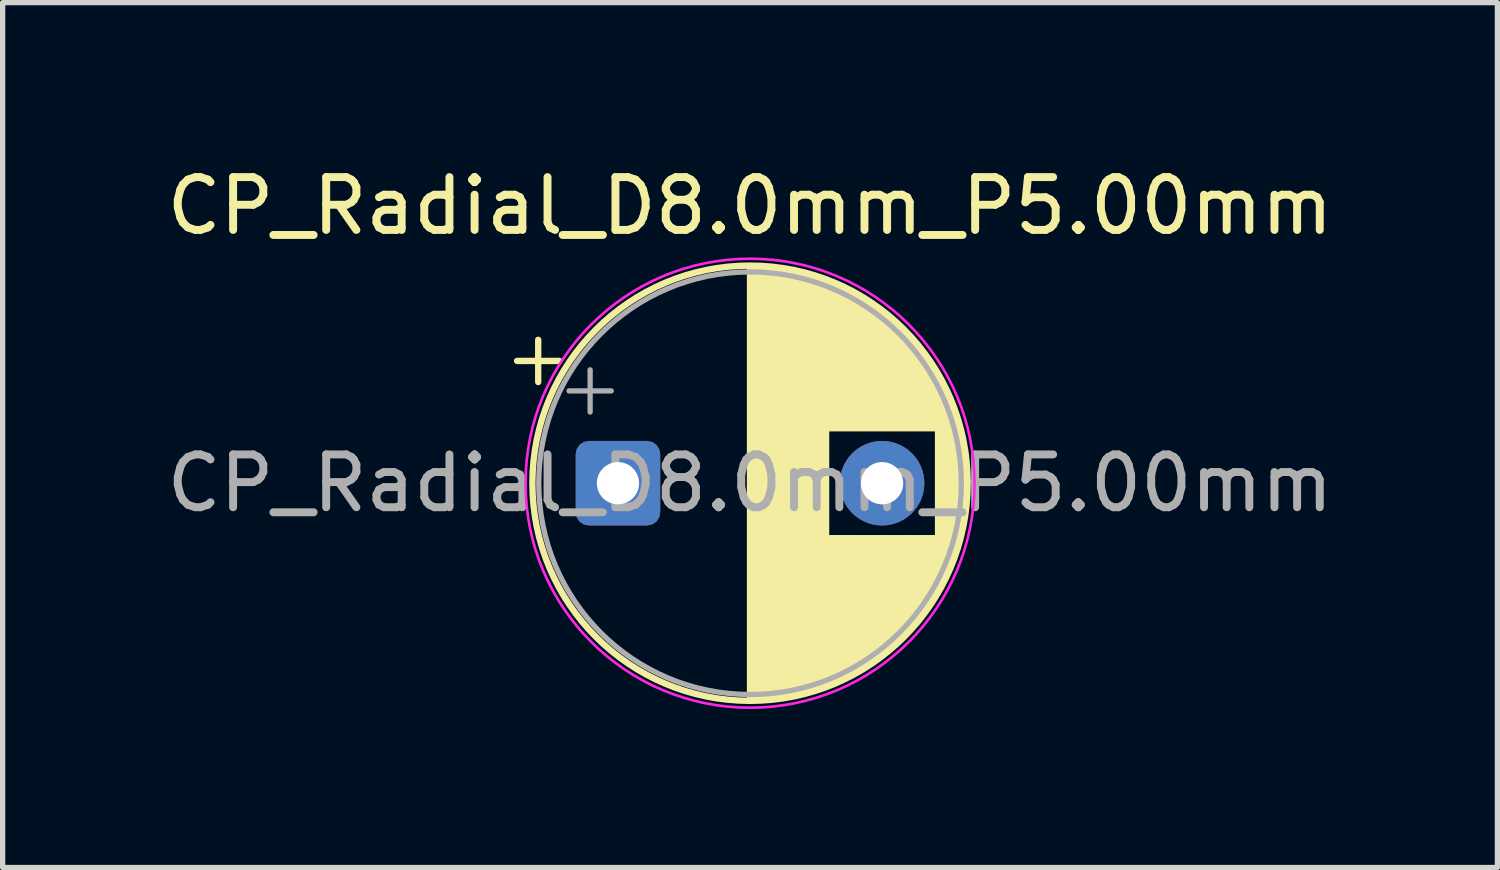
<source format=kicad_pcb>
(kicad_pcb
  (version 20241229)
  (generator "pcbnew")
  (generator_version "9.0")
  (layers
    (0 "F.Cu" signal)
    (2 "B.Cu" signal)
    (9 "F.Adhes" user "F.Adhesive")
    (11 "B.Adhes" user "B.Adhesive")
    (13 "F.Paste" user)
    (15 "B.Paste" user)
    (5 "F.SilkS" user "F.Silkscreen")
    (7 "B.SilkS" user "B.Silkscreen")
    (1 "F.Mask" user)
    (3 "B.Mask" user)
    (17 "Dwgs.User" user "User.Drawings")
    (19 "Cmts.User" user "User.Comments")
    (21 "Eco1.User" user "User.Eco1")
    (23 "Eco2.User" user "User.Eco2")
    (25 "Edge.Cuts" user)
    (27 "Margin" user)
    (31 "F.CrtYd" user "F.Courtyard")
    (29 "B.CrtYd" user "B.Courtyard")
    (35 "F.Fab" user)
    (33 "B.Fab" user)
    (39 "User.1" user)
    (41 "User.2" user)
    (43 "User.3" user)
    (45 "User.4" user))
  (footprint "CP_Radial_D8.0mm_P5.00mm"
    (layer "F.Cu")
    (at 8.649 6.098)
    (property "Reference" "CP_Radial_D8.0mm_P5.00mm" (at 2.5 -5.25 0) (layer "F.SilkS") (effects (font (size 1 1) (thickness 0.15))))
    (attr through_hole)
    (fp_line (start -1.91 -2.315) (end -1.11 -2.315) (stroke (width 0.12) (type solid)) (layer "F.SilkS"))
    (fp_line (start -1.51 -2.715) (end -1.51 -1.915) (stroke (width 0.12) (type solid)) (layer "F.SilkS"))
    (fp_line (start 2.5 -4.08) (end 2.5 4.08) (stroke (width 0.12) (type solid)) (layer "F.SilkS"))
    (fp_line (start 2.54 -4.08) (end 2.54 4.08) (stroke (width 0.12) (type solid)) (layer "F.SilkS"))
    (fp_line (start 2.58 -4.079) (end 2.58 4.079) (stroke (width 0.12) (type solid)) (layer "F.SilkS"))
    (fp_line (start 2.62 -4.078) (end 2.62 4.078) (stroke (width 0.12) (type solid)) (layer "F.SilkS"))
    (fp_line (start 2.66 -4.077) (end 2.66 4.077) (stroke (width 0.12) (type solid)) (layer "F.SilkS"))
    (fp_line (start 2.7 -4.075) (end 2.7 4.075) (stroke (width 0.12) (type solid)) (layer "F.SilkS"))
    (fp_line (start 2.74 -4.073) (end 2.74 4.073) (stroke (width 0.12) (type solid)) (layer "F.SilkS"))
    (fp_line (start 2.78 -4.07) (end 2.78 4.07) (stroke (width 0.12) (type solid)) (layer "F.SilkS"))
    (fp_line (start 2.82 -4.068) (end 2.82 4.068) (stroke (width 0.12) (type solid)) (layer "F.SilkS"))
    (fp_line (start 2.86 -4.064) (end 2.86 4.064) (stroke (width 0.12) (type solid)) (layer "F.SilkS"))
    (fp_line (start 2.9 -4.061) (end 2.9 4.061) (stroke (width 0.12) (type solid)) (layer "F.SilkS"))
    (fp_line (start 2.94 -4.056) (end 2.94 4.056) (stroke (width 0.12) (type solid)) (layer "F.SilkS"))
    (fp_line (start 2.98 -4.052) (end 2.98 4.052) (stroke (width 0.12) (type solid)) (layer "F.SilkS"))
    (fp_line (start 3.02 -4.047) (end 3.02 4.047) (stroke (width 0.12) (type solid)) (layer "F.SilkS"))
    (fp_line (start 3.06 -4.042) (end 3.06 4.042) (stroke (width 0.12) (type solid)) (layer "F.SilkS"))
    (fp_line (start 3.1 -4.036) (end 3.1 4.036) (stroke (width 0.12) (type solid)) (layer "F.SilkS"))
    (fp_line (start 3.14 -4.03) (end 3.14 4.03) (stroke (width 0.12) (type solid)) (layer "F.SilkS"))
    (fp_line (start 3.18 -4.023) (end 3.18 4.023) (stroke (width 0.12) (type solid)) (layer "F.SilkS"))
    (fp_line (start 3.22 -4.017) (end 3.22 4.017) (stroke (width 0.12) (type solid)) (layer "F.SilkS"))
    (fp_line (start 3.26 -4.009) (end 3.26 4.009) (stroke (width 0.12) (type solid)) (layer "F.SilkS"))
    (fp_line (start 3.3 -4.002) (end 3.3 4.002) (stroke (width 0.12) (type solid)) (layer "F.SilkS"))
    (fp_line (start 3.34 -3.993) (end 3.34 3.993) (stroke (width 0.12) (type solid)) (layer "F.SilkS"))
    (fp_line (start 3.38 -3.985) (end 3.38 3.985) (stroke (width 0.12) (type solid)) (layer "F.SilkS"))
    (fp_line (start 3.42 -3.976) (end 3.42 3.976) (stroke (width 0.12) (type solid)) (layer "F.SilkS"))
    (fp_line (start 3.46 -3.967) (end 3.46 3.967) (stroke (width 0.12) (type solid)) (layer "F.SilkS"))
    (fp_line (start 3.5 -3.957) (end 3.5 3.957) (stroke (width 0.12) (type solid)) (layer "F.SilkS"))
    (fp_line (start 3.54 -3.947) (end 3.54 3.947) (stroke (width 0.12) (type solid)) (layer "F.SilkS"))
    (fp_line (start 3.58 -3.936) (end 3.58 3.936) (stroke (width 0.12) (type solid)) (layer "F.SilkS"))
    (fp_line (start 3.62 -3.925) (end 3.62 3.925) (stroke (width 0.12) (type solid)) (layer "F.SilkS"))
    (fp_line (start 3.66 -3.913) (end 3.66 3.913) (stroke (width 0.12) (type solid)) (layer "F.SilkS"))
    (fp_line (start 3.7 -3.901) (end 3.7 3.901) (stroke (width 0.12) (type solid)) (layer "F.SilkS"))
    (fp_line (start 3.74 -3.889) (end 3.74 3.889) (stroke (width 0.12) (type solid)) (layer "F.SilkS"))
    (fp_line (start 3.78 -3.876) (end 3.78 3.876) (stroke (width 0.12) (type solid)) (layer "F.SilkS"))
    (fp_line (start 3.82 -3.863) (end 3.82 3.863) (stroke (width 0.12) (type solid)) (layer "F.SilkS"))
    (fp_line (start 3.86 -3.849) (end 3.86 3.849) (stroke (width 0.12) (type solid)) (layer "F.SilkS"))
    (fp_line (start 3.9 -3.835) (end 3.9 3.835) (stroke (width 0.12) (type solid)) (layer "F.SilkS"))
    (fp_line (start 3.94 -3.82) (end 3.94 3.82) (stroke (width 0.12) (type solid)) (layer "F.SilkS"))
    (fp_line (start 3.98 -3.805) (end 3.98 -1.04) (stroke (width 0.12) (type solid)) (layer "F.SilkS"))
    (fp_line (start 3.98 1.04) (end 3.98 3.805) (stroke (width 0.12) (type solid)) (layer "F.SilkS"))
    (fp_line (start 4.02 -3.789) (end 4.02 -1.04) (stroke (width 0.12) (type solid)) (layer "F.SilkS"))
    (fp_line (start 4.02 1.04) (end 4.02 3.789) (stroke (width 0.12) (type solid)) (layer "F.SilkS"))
    (fp_line (start 4.06 -3.773) (end 4.06 -1.04) (stroke (width 0.12) (type solid)) (layer "F.SilkS"))
    (fp_line (start 4.06 1.04) (end 4.06 3.773) (stroke (width 0.12) (type solid)) (layer "F.SilkS"))
    (fp_line (start 4.1 -3.757) (end 4.1 -1.04) (stroke (width 0.12) (type solid)) (layer "F.SilkS"))
    (fp_line (start 4.1 1.04) (end 4.1 3.757) (stroke (width 0.12) (type solid)) (layer "F.SilkS"))
    (fp_line (start 4.14 -3.74) (end 4.14 -1.04) (stroke (width 0.12) (type solid)) (layer "F.SilkS"))
    (fp_line (start 4.14 1.04) (end 4.14 3.74) (stroke (width 0.12) (type solid)) (layer "F.SilkS"))
    (fp_line (start 4.18 -3.722) (end 4.18 -1.04) (stroke (width 0.12) (type solid)) (layer "F.SilkS"))
    (fp_line (start 4.18 1.04) (end 4.18 3.722) (stroke (width 0.12) (type solid)) (layer "F.SilkS"))
    (fp_line (start 4.22 -3.704) (end 4.22 -1.04) (stroke (width 0.12) (type solid)) (layer "F.SilkS"))
    (fp_line (start 4.22 1.04) (end 4.22 3.704) (stroke (width 0.12) (type solid)) (layer "F.SilkS"))
    (fp_line (start 4.26 -3.685) (end 4.26 -1.04) (stroke (width 0.12) (type solid)) (layer "F.SilkS"))
    (fp_line (start 4.26 1.04) (end 4.26 3.685) (stroke (width 0.12) (type solid)) (layer "F.SilkS"))
    (fp_line (start 4.3 -3.666) (end 4.3 -1.04) (stroke (width 0.12) (type solid)) (layer "F.SilkS"))
    (fp_line (start 4.3 1.04) (end 4.3 3.666) (stroke (width 0.12) (type solid)) (layer "F.SilkS"))
    (fp_line (start 4.34 -3.646) (end 4.34 -1.04) (stroke (width 0.12) (type solid)) (layer "F.SilkS"))
    (fp_line (start 4.34 1.04) (end 4.34 3.646) (stroke (width 0.12) (type solid)) (layer "F.SilkS"))
    (fp_line (start 4.38 -3.626) (end 4.38 -1.04) (stroke (width 0.12) (type solid)) (layer "F.SilkS"))
    (fp_line (start 4.38 1.04) (end 4.38 3.626) (stroke (width 0.12) (type solid)) (layer "F.SilkS"))
    (fp_line (start 4.42 -3.605) (end 4.42 -1.04) (stroke (width 0.12) (type solid)) (layer "F.SilkS"))
    (fp_line (start 4.42 1.04) (end 4.42 3.605) (stroke (width 0.12) (type solid)) (layer "F.SilkS"))
    (fp_line (start 4.46 -3.584) (end 4.46 -1.04) (stroke (width 0.12) (type solid)) (layer "F.SilkS"))
    (fp_line (start 4.46 1.04) (end 4.46 3.584) (stroke (width 0.12) (type solid)) (layer "F.SilkS"))
    (fp_line (start 4.5 -3.562) (end 4.5 -1.04) (stroke (width 0.12) (type solid)) (layer "F.SilkS"))
    (fp_line (start 4.5 1.04) (end 4.5 3.562) (stroke (width 0.12) (type solid)) (layer "F.SilkS"))
    (fp_line (start 4.54 -3.539) (end 4.54 -1.04) (stroke (width 0.12) (type solid)) (layer "F.SilkS"))
    (fp_line (start 4.54 1.04) (end 4.54 3.539) (stroke (width 0.12) (type solid)) (layer "F.SilkS"))
    (fp_line (start 4.58 -3.516) (end 4.58 -1.04) (stroke (width 0.12) (type solid)) (layer "F.SilkS"))
    (fp_line (start 4.58 1.04) (end 4.58 3.516) (stroke (width 0.12) (type solid)) (layer "F.SilkS"))
    (fp_line (start 4.62 -3.493) (end 4.62 -1.04) (stroke (width 0.12) (type solid)) (layer "F.SilkS"))
    (fp_line (start 4.62 1.04) (end 4.62 3.493) (stroke (width 0.12) (type solid)) (layer "F.SilkS"))
    (fp_line (start 4.66 -3.468) (end 4.66 -1.04) (stroke (width 0.12) (type solid)) (layer "F.SilkS"))
    (fp_line (start 4.66 1.04) (end 4.66 3.468) (stroke (width 0.12) (type solid)) (layer "F.SilkS"))
    (fp_line (start 4.7 -3.443) (end 4.7 -1.04) (stroke (width 0.12) (type solid)) (layer "F.SilkS"))
    (fp_line (start 4.7 1.04) (end 4.7 3.443) (stroke (width 0.12) (type solid)) (layer "F.SilkS"))
    (fp_line (start 4.74 -3.418) (end 4.74 -1.04) (stroke (width 0.12) (type solid)) (layer "F.SilkS"))
    (fp_line (start 4.74 1.04) (end 4.74 3.418) (stroke (width 0.12) (type solid)) (layer "F.SilkS"))
    (fp_line (start 4.78 -3.392) (end 4.78 -1.04) (stroke (width 0.12) (type solid)) (layer "F.SilkS"))
    (fp_line (start 4.78 1.04) (end 4.78 3.392) (stroke (width 0.12) (type solid)) (layer "F.SilkS"))
    (fp_line (start 4.82 -3.365) (end 4.82 -1.04) (stroke (width 0.12) (type solid)) (layer "F.SilkS"))
    (fp_line (start 4.82 1.04) (end 4.82 3.365) (stroke (width 0.12) (type solid)) (layer "F.SilkS"))
    (fp_line (start 4.86 -3.337) (end 4.86 -1.04) (stroke (width 0.12) (type solid)) (layer "F.SilkS"))
    (fp_line (start 4.86 1.04) (end 4.86 3.337) (stroke (width 0.12) (type solid)) (layer "F.SilkS"))
    (fp_line (start 4.9 -3.309) (end 4.9 -1.04) (stroke (width 0.12) (type solid)) (layer "F.SilkS"))
    (fp_line (start 4.9 1.04) (end 4.9 3.309) (stroke (width 0.12) (type solid)) (layer "F.SilkS"))
    (fp_line (start 4.94 -3.28) (end 4.94 -1.04) (stroke (width 0.12) (type solid)) (layer "F.SilkS"))
    (fp_line (start 4.94 1.04) (end 4.94 3.28) (stroke (width 0.12) (type solid)) (layer "F.SilkS"))
    (fp_line (start 4.98 -3.25) (end 4.98 -1.04) (stroke (width 0.12) (type solid)) (layer "F.SilkS"))
    (fp_line (start 4.98 1.04) (end 4.98 3.25) (stroke (width 0.12) (type solid)) (layer "F.SilkS"))
    (fp_line (start 5.02 -3.219) (end 5.02 -1.04) (stroke (width 0.12) (type solid)) (layer "F.SilkS"))
    (fp_line (start 5.02 1.04) (end 5.02 3.219) (stroke (width 0.12) (type solid)) (layer "F.SilkS"))
    (fp_line (start 5.06 -3.188) (end 5.06 -1.04) (stroke (width 0.12) (type solid)) (layer "F.SilkS"))
    (fp_line (start 5.06 1.04) (end 5.06 3.188) (stroke (width 0.12) (type solid)) (layer "F.SilkS"))
    (fp_line (start 5.1 -3.156) (end 5.1 -1.04) (stroke (width 0.12) (type solid)) (layer "F.SilkS"))
    (fp_line (start 5.1 1.04) (end 5.1 3.156) (stroke (width 0.12) (type solid)) (layer "F.SilkS"))
    (fp_line (start 5.14 -3.123) (end 5.14 -1.04) (stroke (width 0.12) (type solid)) (layer "F.SilkS"))
    (fp_line (start 5.14 1.04) (end 5.14 3.123) (stroke (width 0.12) (type solid)) (layer "F.SilkS"))
    (fp_line (start 5.18 -3.089) (end 5.18 -1.04) (stroke (width 0.12) (type solid)) (layer "F.SilkS"))
    (fp_line (start 5.18 1.04) (end 5.18 3.089) (stroke (width 0.12) (type solid)) (layer "F.SilkS"))
    (fp_line (start 5.22 -3.055) (end 5.22 -1.04) (stroke (width 0.12) (type solid)) (layer "F.SilkS"))
    (fp_line (start 5.22 1.04) (end 5.22 3.055) (stroke (width 0.12) (type solid)) (layer "F.SilkS"))
    (fp_line (start 5.26 -3.019) (end 5.26 -1.04) (stroke (width 0.12) (type solid)) (layer "F.SilkS"))
    (fp_line (start 5.26 1.04) (end 5.26 3.019) (stroke (width 0.12) (type solid)) (layer "F.SilkS"))
    (fp_line (start 5.3 -2.982) (end 5.3 -1.04) (stroke (width 0.12) (type solid)) (layer "F.SilkS"))
    (fp_line (start 5.3 1.04) (end 5.3 2.982) (stroke (width 0.12) (type solid)) (layer "F.SilkS"))
    (fp_line (start 5.34 -2.945) (end 5.34 -1.04) (stroke (width 0.12) (type solid)) (layer "F.SilkS"))
    (fp_line (start 5.34 1.04) (end 5.34 2.945) (stroke (width 0.12) (type solid)) (layer "F.SilkS"))
    (fp_line (start 5.38 -2.906) (end 5.38 -1.04) (stroke (width 0.12) (type solid)) (layer "F.SilkS"))
    (fp_line (start 5.38 1.04) (end 5.38 2.906) (stroke (width 0.12) (type solid)) (layer "F.SilkS"))
    (fp_line (start 5.42 -2.867) (end 5.42 -1.04) (stroke (width 0.12) (type solid)) (layer "F.SilkS"))
    (fp_line (start 5.42 1.04) (end 5.42 2.867) (stroke (width 0.12) (type solid)) (layer "F.SilkS"))
    (fp_line (start 5.46 -2.826) (end 5.46 -1.04) (stroke (width 0.12) (type solid)) (layer "F.SilkS"))
    (fp_line (start 5.46 1.04) (end 5.46 2.826) (stroke (width 0.12) (type solid)) (layer "F.SilkS"))
    (fp_line (start 5.5 -2.784) (end 5.5 -1.04) (stroke (width 0.12) (type solid)) (layer "F.SilkS"))
    (fp_line (start 5.5 1.04) (end 5.5 2.784) (stroke (width 0.12) (type solid)) (layer "F.SilkS"))
    (fp_line (start 5.54 -2.741) (end 5.54 -1.04) (stroke (width 0.12) (type solid)) (layer "F.SilkS"))
    (fp_line (start 5.54 1.04) (end 5.54 2.741) (stroke (width 0.12) (type solid)) (layer "F.SilkS"))
    (fp_line (start 5.58 -2.696) (end 5.58 -1.04) (stroke (width 0.12) (type solid)) (layer "F.SilkS"))
    (fp_line (start 5.58 1.04) (end 5.58 2.696) (stroke (width 0.12) (type solid)) (layer "F.SilkS"))
    (fp_line (start 5.62 -2.651) (end 5.62 -1.04) (stroke (width 0.12) (type solid)) (layer "F.SilkS"))
    (fp_line (start 5.62 1.04) (end 5.62 2.651) (stroke (width 0.12) (type solid)) (layer "F.SilkS"))
    (fp_line (start 5.66 -2.604) (end 5.66 -1.04) (stroke (width 0.12) (type solid)) (layer "F.SilkS"))
    (fp_line (start 5.66 1.04) (end 5.66 2.604) (stroke (width 0.12) (type solid)) (layer "F.SilkS"))
    (fp_line (start 5.7 -2.555) (end 5.7 -1.04) (stroke (width 0.12) (type solid)) (layer "F.SilkS"))
    (fp_line (start 5.7 1.04) (end 5.7 2.555) (stroke (width 0.12) (type solid)) (layer "F.SilkS"))
    (fp_line (start 5.74 -2.505) (end 5.74 -1.04) (stroke (width 0.12) (type solid)) (layer "F.SilkS"))
    (fp_line (start 5.74 1.04) (end 5.74 2.505) (stroke (width 0.12) (type solid)) (layer "F.SilkS"))
    (fp_line (start 5.78 -2.453) (end 5.78 -1.04) (stroke (width 0.12) (type solid)) (layer "F.SilkS"))
    (fp_line (start 5.78 1.04) (end 5.78 2.453) (stroke (width 0.12) (type solid)) (layer "F.SilkS"))
    (fp_line (start 5.82 -2.4) (end 5.82 -1.04) (stroke (width 0.12) (type solid)) (layer "F.SilkS"))
    (fp_line (start 5.82 1.04) (end 5.82 2.4) (stroke (width 0.12) (type solid)) (layer "F.SilkS"))
    (fp_line (start 5.86 -2.344) (end 5.86 -1.04) (stroke (width 0.12) (type solid)) (layer "F.SilkS"))
    (fp_line (start 5.86 1.04) (end 5.86 2.344) (stroke (width 0.12) (type solid)) (layer "F.SilkS"))
    (fp_line (start 5.9 -2.287) (end 5.9 -1.04) (stroke (width 0.12) (type solid)) (layer "F.SilkS"))
    (fp_line (start 5.9 1.04) (end 5.9 2.287) (stroke (width 0.12) (type solid)) (layer "F.SilkS"))
    (fp_line (start 5.94 -2.227) (end 5.94 -1.04) (stroke (width 0.12) (type solid)) (layer "F.SilkS"))
    (fp_line (start 5.94 1.04) (end 5.94 2.227) (stroke (width 0.12) (type solid)) (layer "F.SilkS"))
    (fp_line (start 5.98 -2.165) (end 5.98 -1.04) (stroke (width 0.12) (type solid)) (layer "F.SilkS"))
    (fp_line (start 5.98 1.04) (end 5.98 2.165) (stroke (width 0.12) (type solid)) (layer "F.SilkS"))
    (fp_line (start 6.02 -2.101) (end 6.02 -1.04) (stroke (width 0.12) (type solid)) (layer "F.SilkS"))
    (fp_line (start 6.02 1.04) (end 6.02 2.101) (stroke (width 0.12) (type solid)) (layer "F.SilkS"))
    (fp_line (start 6.06 -2.034) (end 6.06 2.034) (stroke (width 0.12) (type solid)) (layer "F.SilkS"))
    (fp_line (start 6.1 -1.964) (end 6.1 1.964) (stroke (width 0.12) (type solid)) (layer "F.SilkS"))
    (fp_line (start 6.14 -1.89) (end 6.14 1.89) (stroke (width 0.12) (type solid)) (layer "F.SilkS"))
    (fp_line (start 6.18 -1.813) (end 6.18 1.813) (stroke (width 0.12) (type solid)) (layer "F.SilkS"))
    (fp_line (start 6.22 -1.731) (end 6.22 1.731) (stroke (width 0.12) (type solid)) (layer "F.SilkS"))
    (fp_line (start 6.26 -1.644) (end 6.26 1.644) (stroke (width 0.12) (type solid)) (layer "F.SilkS"))
    (fp_line (start 6.3 -1.552) (end 6.3 1.552) (stroke (width 0.12) (type solid)) (layer "F.SilkS"))
    (fp_line (start 6.34 -1.453) (end 6.34 1.453) (stroke (width 0.12) (type solid)) (layer "F.SilkS"))
    (fp_line (start 6.38 -1.346) (end 6.38 1.346) (stroke (width 0.12) (type solid)) (layer "F.SilkS"))
    (fp_line (start 6.42 -1.228) (end 6.42 1.228) (stroke (width 0.12) (type solid)) (layer "F.SilkS"))
    (fp_line (start 6.46 -1.097) (end 6.46 1.097) (stroke (width 0.12) (type solid)) (layer "F.SilkS"))
    (fp_line (start 6.5 -0.947) (end 6.5 0.947) (stroke (width 0.12) (type solid)) (layer "F.SilkS"))
    (fp_line (start 6.54 -0.768) (end 6.54 0.768) (stroke (width 0.12) (type solid)) (layer "F.SilkS"))
    (fp_line (start 6.58 -0.533) (end 6.58 0.533) (stroke (width 0.12) (type solid)) (layer "F.SilkS"))
    (fp_circle (center 2.5 0) (end 6.62 0) (stroke (width 0.12) (type solid)) (fill no) (layer "F.SilkS"))
    (fp_circle (center 2.5 0) (end 6.75 0) (stroke (width 0.05) (type solid)) (fill no) (layer "F.CrtYd"))
    (fp_line (start -0.927 -1.748) (end -0.127 -1.748) (stroke (width 0.1) (type solid)) (layer "F.Fab"))
    (fp_line (start -0.527 -2.147) (end -0.527 -1.347) (stroke (width 0.1) (type solid)) (layer "F.Fab"))
    (fp_circle (center 2.5 0) (end 6.5 0) (stroke (width 0.1) (type solid)) (fill no) (layer "F.Fab"))
    (fp_text user "${REFERENCE}" (at 2.5 0 0) (layer "F.Fab") (effects (font (size 1 1) (thickness 0.15))))
    (pad "1" thru_hole roundrect (at 0 0) (size 1.6 1.6) (drill 0.8) (layers "*.Cu" "*.Mask") (roundrect_rratio 0.156))
    (pad "2" thru_hole circle (at 5 0) (size 1.6 1.6) (drill 0.8) (layers "*.Cu" "*.Mask")))
  (gr_rect
    (start -3 -3)
    (end 25.298 13.373)
    (stroke (width 0.1) (type default))
    (fill no)
    (layer "Edge.Cuts")))
</source>
